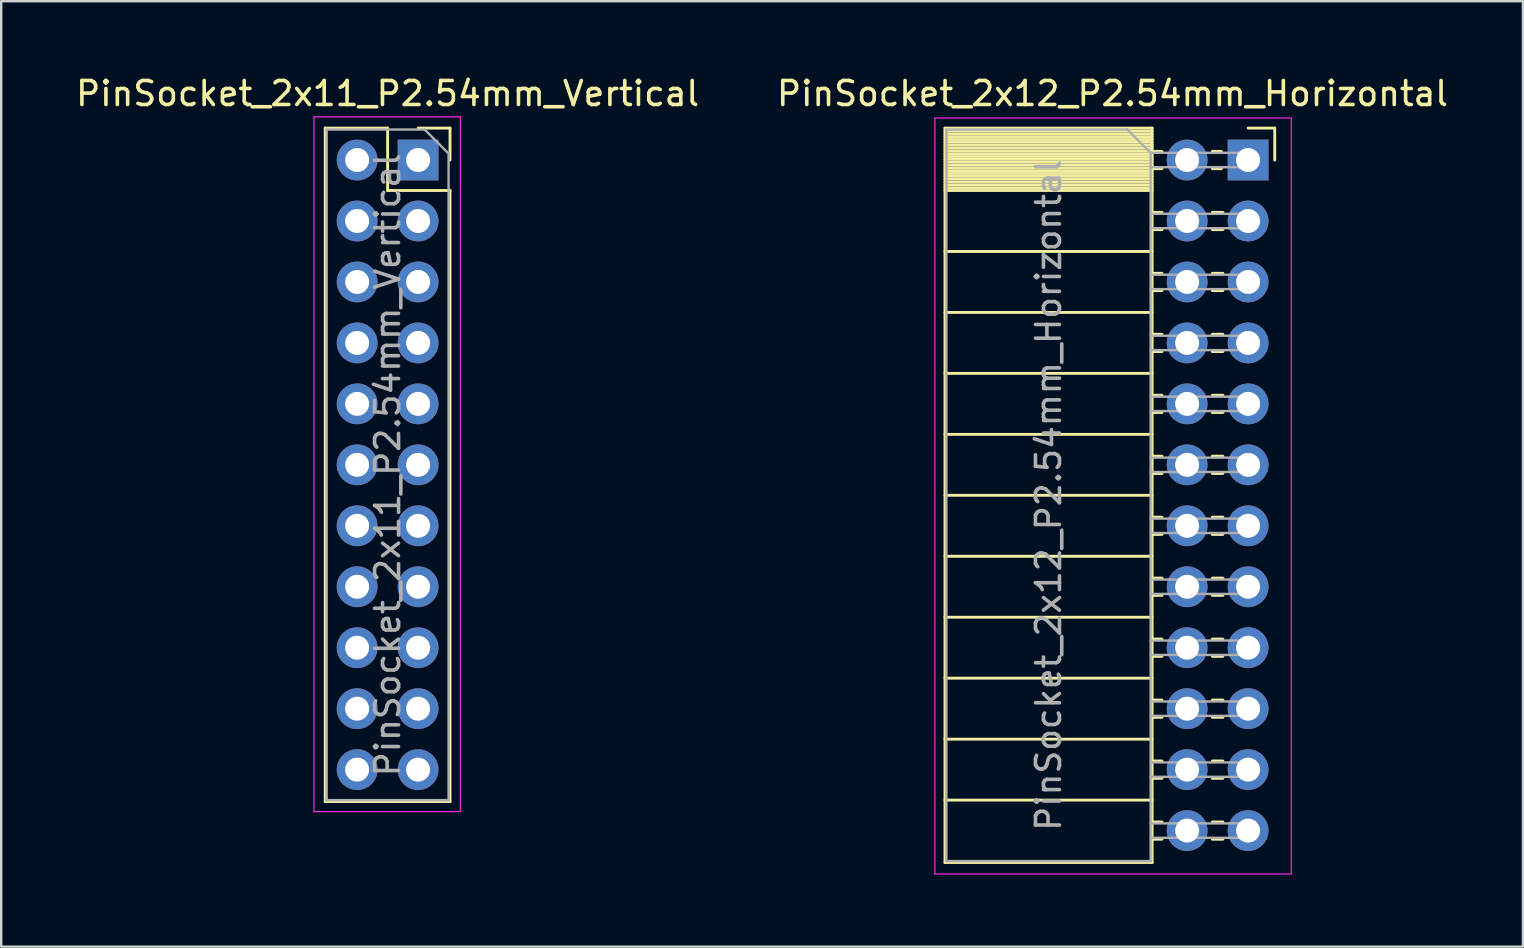
<source format=kicad_pcb>
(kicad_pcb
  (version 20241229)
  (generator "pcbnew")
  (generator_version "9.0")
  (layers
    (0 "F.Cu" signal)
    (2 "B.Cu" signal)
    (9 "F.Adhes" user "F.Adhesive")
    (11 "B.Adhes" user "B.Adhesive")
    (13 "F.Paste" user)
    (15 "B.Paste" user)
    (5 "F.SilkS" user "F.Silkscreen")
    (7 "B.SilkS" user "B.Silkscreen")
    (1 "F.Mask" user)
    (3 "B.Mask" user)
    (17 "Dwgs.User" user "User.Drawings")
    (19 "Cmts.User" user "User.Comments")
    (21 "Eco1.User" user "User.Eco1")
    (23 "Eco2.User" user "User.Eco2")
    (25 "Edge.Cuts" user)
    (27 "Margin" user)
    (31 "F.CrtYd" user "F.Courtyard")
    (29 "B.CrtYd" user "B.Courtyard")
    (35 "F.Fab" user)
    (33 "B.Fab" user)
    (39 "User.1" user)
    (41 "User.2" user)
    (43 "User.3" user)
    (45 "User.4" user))
  (footprint "PinSocket_2x11_P2.54mm_Vertical"
    (layer "F.Cu")
    (at 14.371 3.618)
    (property "Reference" "PinSocket_2x11_P2.54mm_Vertical" (at -1.27 -2.77 0) (layer "F.SilkS") (effects (font (size 1 1) (thickness 0.15))))
    (attr through_hole)
    (fp_line (start -3.87 -1.33) (end -3.87 26.73) (stroke (width 0.12) (type solid)) (layer "F.SilkS"))
    (fp_line (start -3.87 -1.33) (end -1.27 -1.33) (stroke (width 0.12) (type solid)) (layer "F.SilkS"))
    (fp_line (start -3.87 26.73) (end 1.33 26.73) (stroke (width 0.12) (type solid)) (layer "F.SilkS"))
    (fp_line (start -1.27 -1.33) (end -1.27 1.27) (stroke (width 0.12) (type solid)) (layer "F.SilkS"))
    (fp_line (start -1.27 1.27) (end 1.33 1.27) (stroke (width 0.12) (type solid)) (layer "F.SilkS"))
    (fp_line (start 0 -1.33) (end 1.33 -1.33) (stroke (width 0.12) (type solid)) (layer "F.SilkS"))
    (fp_line (start 1.33 -1.33) (end 1.33 0) (stroke (width 0.12) (type solid)) (layer "F.SilkS"))
    (fp_line (start 1.33 1.27) (end 1.33 26.73) (stroke (width 0.12) (type solid)) (layer "F.SilkS"))
    (fp_line (start -4.34 -1.8) (end 1.76 -1.8) (stroke (width 0.05) (type solid)) (layer "F.CrtYd"))
    (fp_line (start -4.34 27.15) (end -4.34 -1.8) (stroke (width 0.05) (type solid)) (layer "F.CrtYd"))
    (fp_line (start 1.76 -1.8) (end 1.76 27.15) (stroke (width 0.05) (type solid)) (layer "F.CrtYd"))
    (fp_line (start 1.76 27.15) (end -4.34 27.15) (stroke (width 0.05) (type solid)) (layer "F.CrtYd"))
    (fp_line (start -3.81 -1.27) (end 0.27 -1.27) (stroke (width 0.1) (type solid)) (layer "F.Fab"))
    (fp_line (start -3.81 26.67) (end -3.81 -1.27) (stroke (width 0.1) (type solid)) (layer "F.Fab"))
    (fp_line (start 0.27 -1.27) (end 1.27 -0.27) (stroke (width 0.1) (type solid)) (layer "F.Fab"))
    (fp_line (start 1.27 -0.27) (end 1.27 26.67) (stroke (width 0.1) (type solid)) (layer "F.Fab"))
    (fp_line (start 1.27 26.67) (end -3.81 26.67) (stroke (width 0.1) (type solid)) (layer "F.Fab"))
    (fp_text user "${REFERENCE}" (at -1.27 12.7 90) (layer "F.Fab") (effects (font (size 1 1) (thickness 0.15))))
    (pad "1" thru_hole rect (at 0 0) (size 1.7 1.7) (drill 1) (layers "*.Cu" "*.Mask"))
    (pad "2" thru_hole oval (at -2.54 0) (size 1.7 1.7) (drill 1) (layers "*.Cu" "*.Mask"))
    (pad "3" thru_hole oval (at 0 2.54) (size 1.7 1.7) (drill 1) (layers "*.Cu" "*.Mask"))
    (pad "4" thru_hole oval (at -2.54 2.54) (size 1.7 1.7) (drill 1) (layers "*.Cu" "*.Mask"))
    (pad "5" thru_hole oval (at 0 5.08) (size 1.7 1.7) (drill 1) (layers "*.Cu" "*.Mask"))
    (pad "6" thru_hole oval (at -2.54 5.08) (size 1.7 1.7) (drill 1) (layers "*.Cu" "*.Mask"))
    (pad "7" thru_hole oval (at 0 7.62) (size 1.7 1.7) (drill 1) (layers "*.Cu" "*.Mask"))
    (pad "8" thru_hole oval (at -2.54 7.62) (size 1.7 1.7) (drill 1) (layers "*.Cu" "*.Mask"))
    (pad "9" thru_hole oval (at 0 10.16) (size 1.7 1.7) (drill 1) (layers "*.Cu" "*.Mask"))
    (pad "10" thru_hole oval (at -2.54 10.16) (size 1.7 1.7) (drill 1) (layers "*.Cu" "*.Mask"))
    (pad "11" thru_hole oval (at 0 12.7) (size 1.7 1.7) (drill 1) (layers "*.Cu" "*.Mask"))
    (pad "12" thru_hole oval (at -2.54 12.7) (size 1.7 1.7) (drill 1) (layers "*.Cu" "*.Mask"))
    (pad "13" thru_hole oval (at 0 15.24) (size 1.7 1.7) (drill 1) (layers "*.Cu" "*.Mask"))
    (pad "14" thru_hole oval (at -2.54 15.24) (size 1.7 1.7) (drill 1) (layers "*.Cu" "*.Mask"))
    (pad "15" thru_hole oval (at 0 17.78) (size 1.7 1.7) (drill 1) (layers "*.Cu" "*.Mask"))
    (pad "16" thru_hole oval (at -2.54 17.78) (size 1.7 1.7) (drill 1) (layers "*.Cu" "*.Mask"))
    (pad "17" thru_hole oval (at 0 20.32) (size 1.7 1.7) (drill 1) (layers "*.Cu" "*.Mask"))
    (pad "18" thru_hole oval (at -2.54 20.32) (size 1.7 1.7) (drill 1) (layers "*.Cu" "*.Mask"))
    (pad "19" thru_hole oval (at 0 22.86) (size 1.7 1.7) (drill 1) (layers "*.Cu" "*.Mask"))
    (pad "20" thru_hole oval (at -2.54 22.86) (size 1.7 1.7) (drill 1) (layers "*.Cu" "*.Mask"))
    (pad "21" thru_hole oval (at 0 25.4) (size 1.7 1.7) (drill 1) (layers "*.Cu" "*.Mask"))
    (pad "22" thru_hole oval (at -2.54 25.4) (size 1.7 1.7) (drill 1) (layers "*.Cu" "*.Mask")))
  (footprint "PinSocket_2x12_P2.54mm_Horizontal"
    (layer "F.Cu")
    (at 48.954 3.618)
    (property "Reference" "PinSocket_2x12_P2.54mm_Horizontal" (at -5.65 -2.77 0) (layer "F.SilkS") (effects (font (size 1 1) (thickness 0.15))))
    (attr through_hole)
    (fp_line (start -12.63 -1.33) (end -12.63 29.27) (stroke (width 0.12) (type solid)) (layer "F.SilkS"))
    (fp_line (start -12.63 -1.33) (end -4 -1.33) (stroke (width 0.12) (type solid)) (layer "F.SilkS"))
    (fp_line (start -12.63 -1.21) (end -4 -1.21) (stroke (width 0.12) (type solid)) (layer "F.SilkS"))
    (fp_line (start -12.63 -1.092) (end -4 -1.092) (stroke (width 0.12) (type solid)) (layer "F.SilkS"))
    (fp_line (start -12.63 -0.974) (end -4 -0.974) (stroke (width 0.12) (type solid)) (layer "F.SilkS"))
    (fp_line (start -12.63 -0.856) (end -4 -0.856) (stroke (width 0.12) (type solid)) (layer "F.SilkS"))
    (fp_line (start -12.63 -0.738) (end -4 -0.738) (stroke (width 0.12) (type solid)) (layer "F.SilkS"))
    (fp_line (start -12.63 -0.62) (end -4 -0.62) (stroke (width 0.12) (type solid)) (layer "F.SilkS"))
    (fp_line (start -12.63 -0.501) (end -4 -0.501) (stroke (width 0.12) (type solid)) (layer "F.SilkS"))
    (fp_line (start -12.63 -0.383) (end -4 -0.383) (stroke (width 0.12) (type solid)) (layer "F.SilkS"))
    (fp_line (start -12.63 -0.265) (end -4 -0.265) (stroke (width 0.12) (type solid)) (layer "F.SilkS"))
    (fp_line (start -12.63 -0.147) (end -4 -0.147) (stroke (width 0.12) (type solid)) (layer "F.SilkS"))
    (fp_line (start -12.63 -0.029) (end -4 -0.029) (stroke (width 0.12) (type solid)) (layer "F.SilkS"))
    (fp_line (start -12.63 0.089) (end -4 0.089) (stroke (width 0.12) (type solid)) (layer "F.SilkS"))
    (fp_line (start -12.63 0.207) (end -4 0.207) (stroke (width 0.12) (type solid)) (layer "F.SilkS"))
    (fp_line (start -12.63 0.325) (end -4 0.325) (stroke (width 0.12) (type solid)) (layer "F.SilkS"))
    (fp_line (start -12.63 0.443) (end -4 0.443) (stroke (width 0.12) (type solid)) (layer "F.SilkS"))
    (fp_line (start -12.63 0.561) (end -4 0.561) (stroke (width 0.12) (type solid)) (layer "F.SilkS"))
    (fp_line (start -12.63 0.68) (end -4 0.68) (stroke (width 0.12) (type solid)) (layer "F.SilkS"))
    (fp_line (start -12.63 0.798) (end -4 0.798) (stroke (width 0.12) (type solid)) (layer "F.SilkS"))
    (fp_line (start -12.63 0.916) (end -4 0.916) (stroke (width 0.12) (type solid)) (layer "F.SilkS"))
    (fp_line (start -12.63 1.034) (end -4 1.034) (stroke (width 0.12) (type solid)) (layer "F.SilkS"))
    (fp_line (start -12.63 1.152) (end -4 1.152) (stroke (width 0.12) (type solid)) (layer "F.SilkS"))
    (fp_line (start -12.63 1.27) (end -4 1.27) (stroke (width 0.12) (type solid)) (layer "F.SilkS"))
    (fp_line (start -12.63 3.81) (end -4 3.81) (stroke (width 0.12) (type solid)) (layer "F.SilkS"))
    (fp_line (start -12.63 6.35) (end -4 6.35) (stroke (width 0.12) (type solid)) (layer "F.SilkS"))
    (fp_line (start -12.63 8.89) (end -4 8.89) (stroke (width 0.12) (type solid)) (layer "F.SilkS"))
    (fp_line (start -12.63 11.43) (end -4 11.43) (stroke (width 0.12) (type solid)) (layer "F.SilkS"))
    (fp_line (start -12.63 13.97) (end -4 13.97) (stroke (width 0.12) (type solid)) (layer "F.SilkS"))
    (fp_line (start -12.63 16.51) (end -4 16.51) (stroke (width 0.12) (type solid)) (layer "F.SilkS"))
    (fp_line (start -12.63 19.05) (end -4 19.05) (stroke (width 0.12) (type solid)) (layer "F.SilkS"))
    (fp_line (start -12.63 21.59) (end -4 21.59) (stroke (width 0.12) (type solid)) (layer "F.SilkS"))
    (fp_line (start -12.63 24.13) (end -4 24.13) (stroke (width 0.12) (type solid)) (layer "F.SilkS"))
    (fp_line (start -12.63 26.67) (end -4 26.67) (stroke (width 0.12) (type solid)) (layer "F.SilkS"))
    (fp_line (start -12.63 29.27) (end -4 29.27) (stroke (width 0.12) (type solid)) (layer "F.SilkS"))
    (fp_line (start -4 -1.33) (end -4 29.27) (stroke (width 0.12) (type solid)) (layer "F.SilkS"))
    (fp_line (start -4 -0.36) (end -3.59 -0.36) (stroke (width 0.12) (type solid)) (layer "F.SilkS"))
    (fp_line (start -4 0.36) (end -3.59 0.36) (stroke (width 0.12) (type solid)) (layer "F.SilkS"))
    (fp_line (start -4 2.18) (end -3.59 2.18) (stroke (width 0.12) (type solid)) (layer "F.SilkS"))
    (fp_line (start -4 2.9) (end -3.59 2.9) (stroke (width 0.12) (type solid)) (layer "F.SilkS"))
    (fp_line (start -4 4.72) (end -3.59 4.72) (stroke (width 0.12) (type solid)) (layer "F.SilkS"))
    (fp_line (start -4 5.44) (end -3.59 5.44) (stroke (width 0.12) (type solid)) (layer "F.SilkS"))
    (fp_line (start -4 7.26) (end -3.59 7.26) (stroke (width 0.12) (type solid)) (layer "F.SilkS"))
    (fp_line (start -4 7.98) (end -3.59 7.98) (stroke (width 0.12) (type solid)) (layer "F.SilkS"))
    (fp_line (start -4 9.8) (end -3.59 9.8) (stroke (width 0.12) (type solid)) (layer "F.SilkS"))
    (fp_line (start -4 10.52) (end -3.59 10.52) (stroke (width 0.12) (type solid)) (layer "F.SilkS"))
    (fp_line (start -4 12.34) (end -3.59 12.34) (stroke (width 0.12) (type solid)) (layer "F.SilkS"))
    (fp_line (start -4 13.06) (end -3.59 13.06) (stroke (width 0.12) (type solid)) (layer "F.SilkS"))
    (fp_line (start -4 14.88) (end -3.59 14.88) (stroke (width 0.12) (type solid)) (layer "F.SilkS"))
    (fp_line (start -4 15.6) (end -3.59 15.6) (stroke (width 0.12) (type solid)) (layer "F.SilkS"))
    (fp_line (start -4 17.42) (end -3.59 17.42) (stroke (width 0.12) (type solid)) (layer "F.SilkS"))
    (fp_line (start -4 18.14) (end -3.59 18.14) (stroke (width 0.12) (type solid)) (layer "F.SilkS"))
    (fp_line (start -4 19.96) (end -3.59 19.96) (stroke (width 0.12) (type solid)) (layer "F.SilkS"))
    (fp_line (start -4 20.68) (end -3.59 20.68) (stroke (width 0.12) (type solid)) (layer "F.SilkS"))
    (fp_line (start -4 22.5) (end -3.59 22.5) (stroke (width 0.12) (type solid)) (layer "F.SilkS"))
    (fp_line (start -4 23.22) (end -3.59 23.22) (stroke (width 0.12) (type solid)) (layer "F.SilkS"))
    (fp_line (start -4 25.04) (end -3.59 25.04) (stroke (width 0.12) (type solid)) (layer "F.SilkS"))
    (fp_line (start -4 25.76) (end -3.59 25.76) (stroke (width 0.12) (type solid)) (layer "F.SilkS"))
    (fp_line (start -4 27.58) (end -3.59 27.58) (stroke (width 0.12) (type solid)) (layer "F.SilkS"))
    (fp_line (start -4 28.3) (end -3.59 28.3) (stroke (width 0.12) (type solid)) (layer "F.SilkS"))
    (fp_line (start -1.49 -0.36) (end -1.11 -0.36) (stroke (width 0.12) (type solid)) (layer "F.SilkS"))
    (fp_line (start -1.49 0.36) (end -1.11 0.36) (stroke (width 0.12) (type solid)) (layer "F.SilkS"))
    (fp_line (start -1.49 2.18) (end -1.05 2.18) (stroke (width 0.12) (type solid)) (layer "F.SilkS"))
    (fp_line (start -1.49 2.9) (end -1.05 2.9) (stroke (width 0.12) (type solid)) (layer "F.SilkS"))
    (fp_line (start -1.49 4.72) (end -1.05 4.72) (stroke (width 0.12) (type solid)) (layer "F.SilkS"))
    (fp_line (start -1.49 5.44) (end -1.05 5.44) (stroke (width 0.12) (type solid)) (layer "F.SilkS"))
    (fp_line (start -1.49 7.26) (end -1.05 7.26) (stroke (width 0.12) (type solid)) (layer "F.SilkS"))
    (fp_line (start -1.49 7.98) (end -1.05 7.98) (stroke (width 0.12) (type solid)) (layer "F.SilkS"))
    (fp_line (start -1.49 9.8) (end -1.05 9.8) (stroke (width 0.12) (type solid)) (layer "F.SilkS"))
    (fp_line (start -1.49 10.52) (end -1.05 10.52) (stroke (width 0.12) (type solid)) (layer "F.SilkS"))
    (fp_line (start -1.49 12.34) (end -1.05 12.34) (stroke (width 0.12) (type solid)) (layer "F.SilkS"))
    (fp_line (start -1.49 13.06) (end -1.05 13.06) (stroke (width 0.12) (type solid)) (layer "F.SilkS"))
    (fp_line (start -1.49 14.88) (end -1.05 14.88) (stroke (width 0.12) (type solid)) (layer "F.SilkS"))
    (fp_line (start -1.49 15.6) (end -1.05 15.6) (stroke (width 0.12) (type solid)) (layer "F.SilkS"))
    (fp_line (start -1.49 17.42) (end -1.05 17.42) (stroke (width 0.12) (type solid)) (layer "F.SilkS"))
    (fp_line (start -1.49 18.14) (end -1.05 18.14) (stroke (width 0.12) (type solid)) (layer "F.SilkS"))
    (fp_line (start -1.49 19.96) (end -1.05 19.96) (stroke (width 0.12) (type solid)) (layer "F.SilkS"))
    (fp_line (start -1.49 20.68) (end -1.05 20.68) (stroke (width 0.12) (type solid)) (layer "F.SilkS"))
    (fp_line (start -1.49 22.5) (end -1.05 22.5) (stroke (width 0.12) (type solid)) (layer "F.SilkS"))
    (fp_line (start -1.49 23.22) (end -1.05 23.22) (stroke (width 0.12) (type solid)) (layer "F.SilkS"))
    (fp_line (start -1.49 25.04) (end -1.05 25.04) (stroke (width 0.12) (type solid)) (layer "F.SilkS"))
    (fp_line (start -1.49 25.76) (end -1.05 25.76) (stroke (width 0.12) (type solid)) (layer "F.SilkS"))
    (fp_line (start -1.49 27.58) (end -1.05 27.58) (stroke (width 0.12) (type solid)) (layer "F.SilkS"))
    (fp_line (start -1.49 28.3) (end -1.05 28.3) (stroke (width 0.12) (type solid)) (layer "F.SilkS"))
    (fp_line (start 0 -1.33) (end 1.11 -1.33) (stroke (width 0.12) (type solid)) (layer "F.SilkS"))
    (fp_line (start 1.11 -1.33) (end 1.11 0) (stroke (width 0.12) (type solid)) (layer "F.SilkS"))
    (fp_line (start -13.05 -1.75) (end -13.05 29.75) (stroke (width 0.05) (type solid)) (layer "F.CrtYd"))
    (fp_line (start -13.05 29.75) (end 1.8 29.75) (stroke (width 0.05) (type solid)) (layer "F.CrtYd"))
    (fp_line (start 1.8 -1.75) (end -13.05 -1.75) (stroke (width 0.05) (type solid)) (layer "F.CrtYd"))
    (fp_line (start 1.8 29.75) (end 1.8 -1.75) (stroke (width 0.05) (type solid)) (layer "F.CrtYd"))
    (fp_line (start -12.57 -1.27) (end -5.03 -1.27) (stroke (width 0.1) (type solid)) (layer "F.Fab"))
    (fp_line (start -12.57 29.21) (end -12.57 -1.27) (stroke (width 0.1) (type solid)) (layer "F.Fab"))
    (fp_line (start -5.03 -1.27) (end -4.06 -0.3) (stroke (width 0.1) (type solid)) (layer "F.Fab"))
    (fp_line (start -4.06 -0.3) (end -4.06 29.21) (stroke (width 0.1) (type solid)) (layer "F.Fab"))
    (fp_line (start -4.06 0.3) (end 0 0.3) (stroke (width 0.1) (type solid)) (layer "F.Fab"))
    (fp_line (start -4.06 2.84) (end 0 2.84) (stroke (width 0.1) (type solid)) (layer "F.Fab"))
    (fp_line (start -4.06 5.38) (end 0 5.38) (stroke (width 0.1) (type solid)) (layer "F.Fab"))
    (fp_line (start -4.06 7.92) (end 0 7.92) (stroke (width 0.1) (type solid)) (layer "F.Fab"))
    (fp_line (start -4.06 10.46) (end 0 10.46) (stroke (width 0.1) (type solid)) (layer "F.Fab"))
    (fp_line (start -4.06 13) (end 0 13) (stroke (width 0.1) (type solid)) (layer "F.Fab"))
    (fp_line (start -4.06 15.54) (end 0 15.54) (stroke (width 0.1) (type solid)) (layer "F.Fab"))
    (fp_line (start -4.06 18.08) (end 0 18.08) (stroke (width 0.1) (type solid)) (layer "F.Fab"))
    (fp_line (start -4.06 20.62) (end 0 20.62) (stroke (width 0.1) (type solid)) (layer "F.Fab"))
    (fp_line (start -4.06 23.16) (end 0 23.16) (stroke (width 0.1) (type solid)) (layer "F.Fab"))
    (fp_line (start -4.06 25.7) (end 0 25.7) (stroke (width 0.1) (type solid)) (layer "F.Fab"))
    (fp_line (start -4.06 28.24) (end 0 28.24) (stroke (width 0.1) (type solid)) (layer "F.Fab"))
    (fp_line (start -4.06 29.21) (end -12.57 29.21) (stroke (width 0.1) (type solid)) (layer "F.Fab"))
    (fp_line (start 0 -0.3) (end -4.06 -0.3) (stroke (width 0.1) (type solid)) (layer "F.Fab"))
    (fp_line (start 0 0.3) (end 0 -0.3) (stroke (width 0.1) (type solid)) (layer "F.Fab"))
    (fp_line (start 0 2.24) (end -4.06 2.24) (stroke (width 0.1) (type solid)) (layer "F.Fab"))
    (fp_line (start 0 2.84) (end 0 2.24) (stroke (width 0.1) (type solid)) (layer "F.Fab"))
    (fp_line (start 0 4.78) (end -4.06 4.78) (stroke (width 0.1) (type solid)) (layer "F.Fab"))
    (fp_line (start 0 5.38) (end 0 4.78) (stroke (width 0.1) (type solid)) (layer "F.Fab"))
    (fp_line (start 0 7.32) (end -4.06 7.32) (stroke (width 0.1) (type solid)) (layer "F.Fab"))
    (fp_line (start 0 7.92) (end 0 7.32) (stroke (width 0.1) (type solid)) (layer "F.Fab"))
    (fp_line (start 0 9.86) (end -4.06 9.86) (stroke (width 0.1) (type solid)) (layer "F.Fab"))
    (fp_line (start 0 10.46) (end 0 9.86) (stroke (width 0.1) (type solid)) (layer "F.Fab"))
    (fp_line (start 0 12.4) (end -4.06 12.4) (stroke (width 0.1) (type solid)) (layer "F.Fab"))
    (fp_line (start 0 13) (end 0 12.4) (stroke (width 0.1) (type solid)) (layer "F.Fab"))
    (fp_line (start 0 14.94) (end -4.06 14.94) (stroke (width 0.1) (type solid)) (layer "F.Fab"))
    (fp_line (start 0 15.54) (end 0 14.94) (stroke (width 0.1) (type solid)) (layer "F.Fab"))
    (fp_line (start 0 17.48) (end -4.06 17.48) (stroke (width 0.1) (type solid)) (layer "F.Fab"))
    (fp_line (start 0 18.08) (end 0 17.48) (stroke (width 0.1) (type solid)) (layer "F.Fab"))
    (fp_line (start 0 20.02) (end -4.06 20.02) (stroke (width 0.1) (type solid)) (layer "F.Fab"))
    (fp_line (start 0 20.62) (end 0 20.02) (stroke (width 0.1) (type solid)) (layer "F.Fab"))
    (fp_line (start 0 22.56) (end -4.06 22.56) (stroke (width 0.1) (type solid)) (layer "F.Fab"))
    (fp_line (start 0 23.16) (end 0 22.56) (stroke (width 0.1) (type solid)) (layer "F.Fab"))
    (fp_line (start 0 25.1) (end -4.06 25.1) (stroke (width 0.1) (type solid)) (layer "F.Fab"))
    (fp_line (start 0 25.7) (end 0 25.1) (stroke (width 0.1) (type solid)) (layer "F.Fab"))
    (fp_line (start 0 27.64) (end -4.06 27.64) (stroke (width 0.1) (type solid)) (layer "F.Fab"))
    (fp_line (start 0 28.24) (end 0 27.64) (stroke (width 0.1) (type solid)) (layer "F.Fab"))
    (fp_text user "${REFERENCE}" (at -8.315 13.97 90) (layer "F.Fab") (effects (font (size 1 1) (thickness 0.15))))
    (pad "1" thru_hole rect (at 0 0) (size 1.7 1.7) (drill 1) (layers "*.Cu" "*.Mask"))
    (pad "2" thru_hole oval (at -2.54 0) (size 1.7 1.7) (drill 1) (layers "*.Cu" "*.Mask"))
    (pad "3" thru_hole oval (at 0 2.54) (size 1.7 1.7) (drill 1) (layers "*.Cu" "*.Mask"))
    (pad "4" thru_hole oval (at -2.54 2.54) (size 1.7 1.7) (drill 1) (layers "*.Cu" "*.Mask"))
    (pad "5" thru_hole oval (at 0 5.08) (size 1.7 1.7) (drill 1) (layers "*.Cu" "*.Mask"))
    (pad "6" thru_hole oval (at -2.54 5.08) (size 1.7 1.7) (drill 1) (layers "*.Cu" "*.Mask"))
    (pad "7" thru_hole oval (at 0 7.62) (size 1.7 1.7) (drill 1) (layers "*.Cu" "*.Mask"))
    (pad "8" thru_hole oval (at -2.54 7.62) (size 1.7 1.7) (drill 1) (layers "*.Cu" "*.Mask"))
    (pad "9" thru_hole oval (at 0 10.16) (size 1.7 1.7) (drill 1) (layers "*.Cu" "*.Mask"))
    (pad "10" thru_hole oval (at -2.54 10.16) (size 1.7 1.7) (drill 1) (layers "*.Cu" "*.Mask"))
    (pad "11" thru_hole oval (at 0 12.7) (size 1.7 1.7) (drill 1) (layers "*.Cu" "*.Mask"))
    (pad "12" thru_hole oval (at -2.54 12.7) (size 1.7 1.7) (drill 1) (layers "*.Cu" "*.Mask"))
    (pad "13" thru_hole oval (at 0 15.24) (size 1.7 1.7) (drill 1) (layers "*.Cu" "*.Mask"))
    (pad "14" thru_hole oval (at -2.54 15.24) (size 1.7 1.7) (drill 1) (layers "*.Cu" "*.Mask"))
    (pad "15" thru_hole oval (at 0 17.78) (size 1.7 1.7) (drill 1) (layers "*.Cu" "*.Mask"))
    (pad "16" thru_hole oval (at -2.54 17.78) (size 1.7 1.7) (drill 1) (layers "*.Cu" "*.Mask"))
    (pad "17" thru_hole oval (at 0 20.32) (size 1.7 1.7) (drill 1) (layers "*.Cu" "*.Mask"))
    (pad "18" thru_hole oval (at -2.54 20.32) (size 1.7 1.7) (drill 1) (layers "*.Cu" "*.Mask"))
    (pad "19" thru_hole oval (at 0 22.86) (size 1.7 1.7) (drill 1) (layers "*.Cu" "*.Mask"))
    (pad "20" thru_hole oval (at -2.54 22.86) (size 1.7 1.7) (drill 1) (layers "*.Cu" "*.Mask"))
    (pad "21" thru_hole oval (at 0 25.4) (size 1.7 1.7) (drill 1) (layers "*.Cu" "*.Mask"))
    (pad "22" thru_hole oval (at -2.54 25.4) (size 1.7 1.7) (drill 1) (layers "*.Cu" "*.Mask"))
    (pad "23" thru_hole oval (at 0 27.94) (size 1.7 1.7) (drill 1) (layers "*.Cu" "*.Mask"))
    (pad "24" thru_hole oval (at -2.54 27.94) (size 1.7 1.7) (drill 1) (layers "*.Cu" "*.Mask")))
  (gr_rect
    (start -3 -3)
    (end 60.405 36.393)
    (stroke (width 0.1) (type default))
    (fill no)
    (layer "Edge.Cuts")))
</source>
